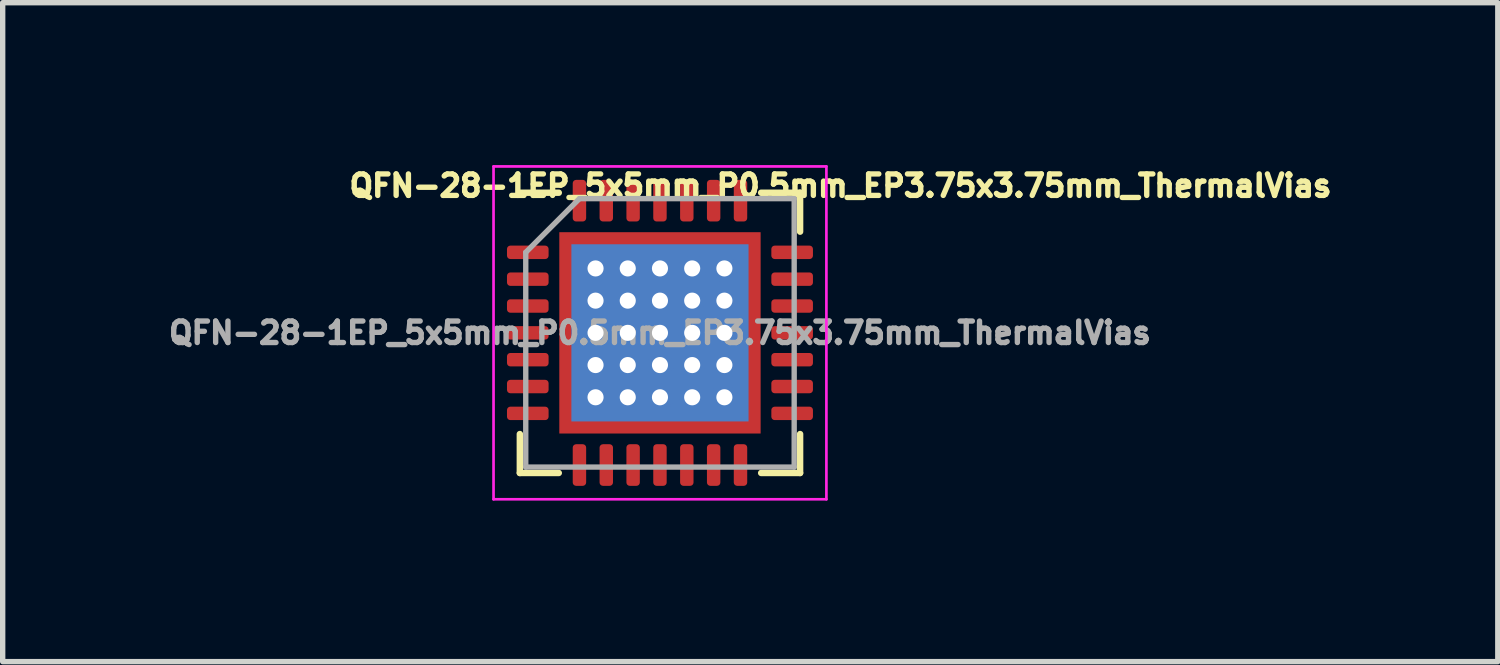
<source format=kicad_pcb>
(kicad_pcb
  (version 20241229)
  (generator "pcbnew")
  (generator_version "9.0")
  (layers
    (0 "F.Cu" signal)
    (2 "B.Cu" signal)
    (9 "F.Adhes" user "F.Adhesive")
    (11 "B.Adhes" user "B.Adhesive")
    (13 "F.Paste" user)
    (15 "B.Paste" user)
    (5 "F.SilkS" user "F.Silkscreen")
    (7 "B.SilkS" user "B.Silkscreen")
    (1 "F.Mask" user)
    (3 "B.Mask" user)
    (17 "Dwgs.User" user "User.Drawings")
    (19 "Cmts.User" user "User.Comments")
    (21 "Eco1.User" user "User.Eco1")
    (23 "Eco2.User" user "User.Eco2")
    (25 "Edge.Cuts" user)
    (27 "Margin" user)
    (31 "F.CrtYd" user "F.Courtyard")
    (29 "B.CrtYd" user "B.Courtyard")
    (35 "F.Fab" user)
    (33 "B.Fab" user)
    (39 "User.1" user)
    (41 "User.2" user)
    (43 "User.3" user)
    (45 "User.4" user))
  (footprint "QFN-28-1EP_5x5mm_P0.5mm_EP3.75x3.75mm_ThermalVias"
    (layer "F.Cu")
    (at 9.243 3.15)
    (property "Reference" "QFN-28-1EP_5x5mm_P0.5mm_EP3.75x3.75mm_ThermalVias" (at 3.362 -2.74 180) (layer "F.SilkS") (effects (font (size 0.4 0.4) (thickness 0.15))))
    (attr smd)
    (fp_line (start -2.61 2.61) (end -2.61 1.885) (stroke (width 0.12) (type solid)) (layer "F.SilkS"))
    (fp_line (start -1.885 -2.61) (end -2.61 -2.61) (stroke (width 0.12) (type solid)) (layer "F.SilkS"))
    (fp_line (start -1.885 2.61) (end -2.61 2.61) (stroke (width 0.12) (type solid)) (layer "F.SilkS"))
    (fp_line (start 1.885 -2.61) (end 2.61 -2.61) (stroke (width 0.12) (type solid)) (layer "F.SilkS"))
    (fp_line (start 1.885 2.61) (end 2.61 2.61) (stroke (width 0.12) (type solid)) (layer "F.SilkS"))
    (fp_line (start 2.61 -2.61) (end 2.61 -1.885) (stroke (width 0.12) (type solid)) (layer "F.SilkS"))
    (fp_line (start 2.61 2.61) (end 2.61 1.885) (stroke (width 0.12) (type solid)) (layer "F.SilkS"))
    (fp_line (start -3.1 -3.1) (end -3.1 3.1) (stroke (width 0.05) (type solid)) (layer "F.CrtYd"))
    (fp_line (start -3.1 3.1) (end 3.1 3.1) (stroke (width 0.05) (type solid)) (layer "F.CrtYd"))
    (fp_line (start 3.1 -3.1) (end -3.1 -3.1) (stroke (width 0.05) (type solid)) (layer "F.CrtYd"))
    (fp_line (start 3.1 3.1) (end 3.1 -3.1) (stroke (width 0.05) (type solid)) (layer "F.CrtYd"))
    (fp_line (start -2.5 -1.5) (end -1.5 -2.5) (stroke (width 0.1) (type solid)) (layer "F.Fab"))
    (fp_line (start -2.5 2.5) (end -2.5 -1.5) (stroke (width 0.1) (type solid)) (layer "F.Fab"))
    (fp_line (start -1.5 -2.5) (end 2.5 -2.5) (stroke (width 0.1) (type solid)) (layer "F.Fab"))
    (fp_line (start 2.5 -2.5) (end 2.5 2.5) (stroke (width 0.1) (type solid)) (layer "F.Fab"))
    (fp_line (start 2.5 2.5) (end -2.5 2.5) (stroke (width 0.1) (type solid)) (layer "F.Fab"))
    (fp_text user "${REFERENCE}" (at 0 0 180) (layer "F.Fab") (effects (font (size 0.4 0.4) (thickness 0.15))))
    (pad "" smd custom (at -1.637 -1.637) (size 0.248 0.248) (layers "F.Paste") (options (anchor circle)) (primitives (gr_poly (pts (xy -0.096 -0.096) (xy 0.096 -0.096) (xy 0.096 -0.039) (xy -0.039 0.096) (xy -0.096 0.096)) (width 0.191) (fill yes))))
    (pad "" smd custom (at -1.637 -1.05) (size 0.263 0.263) (layers "F.Paste") (options (anchor circle)) (primitives (gr_poly (pts (xy -0.096 -0.186) (xy -0.017 -0.186) (xy 0.096 -0.074) (xy 0.096 0.074) (xy -0.017 0.186) (xy -0.096 0.186)) (width 0.191) (fill yes))))
    (pad "" smd custom (at -1.637 -0.35) (size 0.263 0.263) (layers "F.Paste") (options (anchor circle)) (primitives (gr_poly (pts (xy -0.096 -0.186) (xy -0.017 -0.186) (xy 0.096 -0.074) (xy 0.096 0.074) (xy -0.017 0.186) (xy -0.096 0.186)) (width 0.191) (fill yes))))
    (pad "" smd custom (at -1.637 0.35) (size 0.263 0.263) (layers "F.Paste") (options (anchor circle)) (primitives (gr_poly (pts (xy -0.096 -0.186) (xy -0.017 -0.186) (xy 0.096 -0.074) (xy 0.096 0.074) (xy -0.017 0.186) (xy -0.096 0.186)) (width 0.191) (fill yes))))
    (pad "" smd custom (at -1.637 1.05) (size 0.263 0.263) (layers "F.Paste") (options (anchor circle)) (primitives (gr_poly (pts (xy -0.096 -0.186) (xy -0.017 -0.186) (xy 0.096 -0.074) (xy 0.096 0.074) (xy -0.017 0.186) (xy -0.096 0.186)) (width 0.191) (fill yes))))
    (pad "" smd custom (at -1.637 1.637) (size 0.248 0.248) (layers "F.Paste") (options (anchor circle)) (primitives (gr_poly (pts (xy -0.096 -0.096) (xy -0.039 -0.096) (xy 0.096 0.039) (xy 0.096 0.096) (xy -0.096 0.096)) (width 0.191) (fill yes))))
    (pad "" smd custom (at -1.05 -1.637) (size 0.263 0.263) (layers "F.Paste") (options (anchor circle)) (primitives (gr_poly (pts (xy -0.186 -0.096) (xy 0.186 -0.096) (xy 0.186 -0.017) (xy 0.074 0.096) (xy -0.074 0.096) (xy -0.186 -0.017)) (width 0.191) (fill yes))))
    (pad "" smd custom (at -1.05 -1.05) (size 0.46 0.46) (layers "F.Paste") (options (anchor circle)) (primitives (gr_poly (pts (xy -0.178 -0.092) (xy -0.092 -0.178) (xy 0.092 -0.178) (xy 0.178 -0.092) (xy 0.178 0.092) (xy 0.092 0.178) (xy -0.092 0.178) (xy -0.178 0.092)) (width 0.208) (fill yes))))
    (pad "" smd custom (at -1.05 -0.35) (size 0.46 0.46) (layers "F.Paste") (options (anchor circle)) (primitives (gr_poly (pts (xy -0.178 -0.092) (xy -0.092 -0.178) (xy 0.092 -0.178) (xy 0.178 -0.092) (xy 0.178 0.092) (xy 0.092 0.178) (xy -0.092 0.178) (xy -0.178 0.092)) (width 0.208) (fill yes))))
    (pad "" smd custom (at -1.05 0.35) (size 0.46 0.46) (layers "F.Paste") (options (anchor circle)) (primitives (gr_poly (pts (xy -0.178 -0.092) (xy -0.092 -0.178) (xy 0.092 -0.178) (xy 0.178 -0.092) (xy 0.178 0.092) (xy 0.092 0.178) (xy -0.092 0.178) (xy -0.178 0.092)) (width 0.208) (fill yes))))
    (pad "" smd custom (at -1.05 1.05) (size 0.46 0.46) (layers "F.Paste") (options (anchor circle)) (primitives (gr_poly (pts (xy -0.178 -0.092) (xy -0.092 -0.178) (xy 0.092 -0.178) (xy 0.178 -0.092) (xy 0.178 0.092) (xy 0.092 0.178) (xy -0.092 0.178) (xy -0.178 0.092)) (width 0.208) (fill yes))))
    (pad "" smd custom (at -1.05 1.637) (size 0.263 0.263) (layers "F.Paste") (options (anchor circle)) (primitives (gr_poly (pts (xy -0.186 0.017) (xy -0.074 -0.096) (xy 0.074 -0.096) (xy 0.186 0.017) (xy 0.186 0.096) (xy -0.186 0.096)) (width 0.191) (fill yes))))
    (pad "" smd custom (at -0.35 -1.637) (size 0.263 0.263) (layers "F.Paste") (options (anchor circle)) (primitives (gr_poly (pts (xy -0.186 -0.096) (xy 0.186 -0.096) (xy 0.186 -0.017) (xy 0.074 0.096) (xy -0.074 0.096) (xy -0.186 -0.017)) (width 0.191) (fill yes))))
    (pad "" smd custom (at -0.35 -1.05) (size 0.46 0.46) (layers "F.Paste") (options (anchor circle)) (primitives (gr_poly (pts (xy -0.178 -0.092) (xy -0.092 -0.178) (xy 0.092 -0.178) (xy 0.178 -0.092) (xy 0.178 0.092) (xy 0.092 0.178) (xy -0.092 0.178) (xy -0.178 0.092)) (width 0.208) (fill yes))))
    (pad "" smd custom (at -0.35 -0.35) (size 0.46 0.46) (layers "F.Paste") (options (anchor circle)) (primitives (gr_poly (pts (xy -0.178 -0.092) (xy -0.092 -0.178) (xy 0.092 -0.178) (xy 0.178 -0.092) (xy 0.178 0.092) (xy 0.092 0.178) (xy -0.092 0.178) (xy -0.178 0.092)) (width 0.208) (fill yes))))
    (pad "" smd custom (at -0.35 0.35) (size 0.46 0.46) (layers "F.Paste") (options (anchor circle)) (primitives (gr_poly (pts (xy -0.178 -0.092) (xy -0.092 -0.178) (xy 0.092 -0.178) (xy 0.178 -0.092) (xy 0.178 0.092) (xy 0.092 0.178) (xy -0.092 0.178) (xy -0.178 0.092)) (width 0.208) (fill yes))))
    (pad "" smd custom (at -0.35 1.05) (size 0.46 0.46) (layers "F.Paste") (options (anchor circle)) (primitives (gr_poly (pts (xy -0.178 -0.092) (xy -0.092 -0.178) (xy 0.092 -0.178) (xy 0.178 -0.092) (xy 0.178 0.092) (xy 0.092 0.178) (xy -0.092 0.178) (xy -0.178 0.092)) (width 0.208) (fill yes))))
    (pad "" smd custom (at -0.35 1.637) (size 0.263 0.263) (layers "F.Paste") (options (anchor circle)) (primitives (gr_poly (pts (xy -0.186 0.017) (xy -0.074 -0.096) (xy 0.074 -0.096) (xy 0.186 0.017) (xy 0.186 0.096) (xy -0.186 0.096)) (width 0.191) (fill yes))))
    (pad "" smd custom (at 0.35 -1.637) (size 0.263 0.263) (layers "F.Paste") (options (anchor circle)) (primitives (gr_poly (pts (xy -0.186 -0.096) (xy 0.186 -0.096) (xy 0.186 -0.017) (xy 0.074 0.096) (xy -0.074 0.096) (xy -0.186 -0.017)) (width 0.191) (fill yes))))
    (pad "" smd custom (at 0.35 -1.05) (size 0.46 0.46) (layers "F.Paste") (options (anchor circle)) (primitives (gr_poly (pts (xy -0.178 -0.092) (xy -0.092 -0.178) (xy 0.092 -0.178) (xy 0.178 -0.092) (xy 0.178 0.092) (xy 0.092 0.178) (xy -0.092 0.178) (xy -0.178 0.092)) (width 0.208) (fill yes))))
    (pad "" smd custom (at 0.35 -0.35) (size 0.46 0.46) (layers "F.Paste") (options (anchor circle)) (primitives (gr_poly (pts (xy -0.178 -0.092) (xy -0.092 -0.178) (xy 0.092 -0.178) (xy 0.178 -0.092) (xy 0.178 0.092) (xy 0.092 0.178) (xy -0.092 0.178) (xy -0.178 0.092)) (width 0.208) (fill yes))))
    (pad "" smd custom (at 0.35 0.35) (size 0.46 0.46) (layers "F.Paste") (options (anchor circle)) (primitives (gr_poly (pts (xy -0.178 -0.092) (xy -0.092 -0.178) (xy 0.092 -0.178) (xy 0.178 -0.092) (xy 0.178 0.092) (xy 0.092 0.178) (xy -0.092 0.178) (xy -0.178 0.092)) (width 0.208) (fill yes))))
    (pad "" smd custom (at 0.35 1.05) (size 0.46 0.46) (layers "F.Paste") (options (anchor circle)) (primitives (gr_poly (pts (xy -0.178 -0.092) (xy -0.092 -0.178) (xy 0.092 -0.178) (xy 0.178 -0.092) (xy 0.178 0.092) (xy 0.092 0.178) (xy -0.092 0.178) (xy -0.178 0.092)) (width 0.208) (fill yes))))
    (pad "" smd custom (at 0.35 1.637) (size 0.263 0.263) (layers "F.Paste") (options (anchor circle)) (primitives (gr_poly (pts (xy -0.186 0.017) (xy -0.074 -0.096) (xy 0.074 -0.096) (xy 0.186 0.017) (xy 0.186 0.096) (xy -0.186 0.096)) (width 0.191) (fill yes))))
    (pad "" smd custom (at 1.05 -1.637) (size 0.263 0.263) (layers "F.Paste") (options (anchor circle)) (primitives (gr_poly (pts (xy -0.186 -0.096) (xy 0.186 -0.096) (xy 0.186 -0.017) (xy 0.074 0.096) (xy -0.074 0.096) (xy -0.186 -0.017)) (width 0.191) (fill yes))))
    (pad "" smd custom (at 1.05 -1.05) (size 0.46 0.46) (layers "F.Paste") (options (anchor circle)) (primitives (gr_poly (pts (xy -0.178 -0.092) (xy -0.092 -0.178) (xy 0.092 -0.178) (xy 0.178 -0.092) (xy 0.178 0.092) (xy 0.092 0.178) (xy -0.092 0.178) (xy -0.178 0.092)) (width 0.208) (fill yes))))
    (pad "" smd custom (at 1.05 -0.35) (size 0.46 0.46) (layers "F.Paste") (options (anchor circle)) (primitives (gr_poly (pts (xy -0.178 -0.092) (xy -0.092 -0.178) (xy 0.092 -0.178) (xy 0.178 -0.092) (xy 0.178 0.092) (xy 0.092 0.178) (xy -0.092 0.178) (xy -0.178 0.092)) (width 0.208) (fill yes))))
    (pad "" smd custom (at 1.05 0.35) (size 0.46 0.46) (layers "F.Paste") (options (anchor circle)) (primitives (gr_poly (pts (xy -0.178 -0.092) (xy -0.092 -0.178) (xy 0.092 -0.178) (xy 0.178 -0.092) (xy 0.178 0.092) (xy 0.092 0.178) (xy -0.092 0.178) (xy -0.178 0.092)) (width 0.208) (fill yes))))
    (pad "" smd custom (at 1.05 1.05) (size 0.46 0.46) (layers "F.Paste") (options (anchor circle)) (primitives (gr_poly (pts (xy -0.178 -0.092) (xy -0.092 -0.178) (xy 0.092 -0.178) (xy 0.178 -0.092) (xy 0.178 0.092) (xy 0.092 0.178) (xy -0.092 0.178) (xy -0.178 0.092)) (width 0.208) (fill yes))))
    (pad "" smd custom (at 1.05 1.637) (size 0.263 0.263) (layers "F.Paste") (options (anchor circle)) (primitives (gr_poly (pts (xy -0.186 0.017) (xy -0.074 -0.096) (xy 0.074 -0.096) (xy 0.186 0.017) (xy 0.186 0.096) (xy -0.186 0.096)) (width 0.191) (fill yes))))
    (pad "" smd custom (at 1.637 -1.637) (size 0.248 0.248) (layers "F.Paste") (options (anchor circle)) (primitives (gr_poly (pts (xy -0.096 -0.096) (xy 0.096 -0.096) (xy 0.096 0.096) (xy 0.039 0.096) (xy -0.096 -0.039)) (width 0.191) (fill yes))))
    (pad "" smd custom (at 1.637 -1.05) (size 0.263 0.263) (layers "F.Paste") (options (anchor circle)) (primitives (gr_poly (pts (xy -0.096 -0.074) (xy 0.017 -0.186) (xy 0.096 -0.186) (xy 0.096 0.186) (xy 0.017 0.186) (xy -0.096 0.074)) (width 0.191) (fill yes))))
    (pad "" smd custom (at 1.637 -0.35) (size 0.263 0.263) (layers "F.Paste") (options (anchor circle)) (primitives (gr_poly (pts (xy -0.096 -0.074) (xy 0.017 -0.186) (xy 0.096 -0.186) (xy 0.096 0.186) (xy 0.017 0.186) (xy -0.096 0.074)) (width 0.191) (fill yes))))
    (pad "" smd custom (at 1.637 0.35) (size 0.263 0.263) (layers "F.Paste") (options (anchor circle)) (primitives (gr_poly (pts (xy -0.096 -0.074) (xy 0.017 -0.186) (xy 0.096 -0.186) (xy 0.096 0.186) (xy 0.017 0.186) (xy -0.096 0.074)) (width 0.191) (fill yes))))
    (pad "" smd custom (at 1.637 1.05) (size 0.263 0.263) (layers "F.Paste") (options (anchor circle)) (primitives (gr_poly (pts (xy -0.096 -0.074) (xy 0.017 -0.186) (xy 0.096 -0.186) (xy 0.096 0.186) (xy 0.017 0.186) (xy -0.096 0.074)) (width 0.191) (fill yes))))
    (pad "" smd custom (at 1.637 1.637) (size 0.248 0.248) (layers "F.Paste") (options (anchor circle)) (primitives (gr_poly (pts (xy -0.096 0.039) (xy 0.039 -0.096) (xy 0.096 -0.096) (xy 0.096 0.096) (xy -0.096 0.096)) (width 0.191) (fill yes))))
    (pad "1" smd roundrect (at -2.462 -1.5) (size 0.775 0.25) (layers "F.Cu" "F.Mask" "F.Paste") (roundrect_rratio 0.25))
    (pad "2" smd roundrect (at -2.462 -1) (size 0.775 0.25) (layers "F.Cu" "F.Mask" "F.Paste") (roundrect_rratio 0.25))
    (pad "3" smd roundrect (at -2.462 -0.5) (size 0.775 0.25) (layers "F.Cu" "F.Mask" "F.Paste") (roundrect_rratio 0.25))
    (pad "4" smd roundrect (at -2.462 0) (size 0.775 0.25) (layers "F.Cu" "F.Mask" "F.Paste") (roundrect_rratio 0.25))
    (pad "5" smd roundrect (at -2.462 0.5) (size 0.775 0.25) (layers "F.Cu" "F.Mask" "F.Paste") (roundrect_rratio 0.25))
    (pad "6" smd roundrect (at -2.462 1) (size 0.775 0.25) (layers "F.Cu" "F.Mask" "F.Paste") (roundrect_rratio 0.25))
    (pad "7" smd roundrect (at -2.462 1.5) (size 0.775 0.25) (layers "F.Cu" "F.Mask" "F.Paste") (roundrect_rratio 0.25))
    (pad "8" smd roundrect (at -1.5 2.462) (size 0.25 0.775) (layers "F.Cu" "F.Mask" "F.Paste") (roundrect_rratio 0.25))
    (pad "9" smd roundrect (at -1 2.462) (size 0.25 0.775) (layers "F.Cu" "F.Mask" "F.Paste") (roundrect_rratio 0.25))
    (pad "10" smd roundrect (at -0.5 2.462) (size 0.25 0.775) (layers "F.Cu" "F.Mask" "F.Paste") (roundrect_rratio 0.25))
    (pad "11" smd roundrect (at 0 2.462) (size 0.25 0.775) (layers "F.Cu" "F.Mask" "F.Paste") (roundrect_rratio 0.25))
    (pad "12" smd roundrect (at 0.5 2.462) (size 0.25 0.775) (layers "F.Cu" "F.Mask" "F.Paste") (roundrect_rratio 0.25))
    (pad "13" smd roundrect (at 1 2.462) (size 0.25 0.775) (layers "F.Cu" "F.Mask" "F.Paste") (roundrect_rratio 0.25))
    (pad "14" smd roundrect (at 1.5 2.462) (size 0.25 0.775) (layers "F.Cu" "F.Mask" "F.Paste") (roundrect_rratio 0.25))
    (pad "15" smd roundrect (at 2.462 1.5) (size 0.775 0.25) (layers "F.Cu" "F.Mask" "F.Paste") (roundrect_rratio 0.25))
    (pad "16" smd roundrect (at 2.462 1) (size 0.775 0.25) (layers "F.Cu" "F.Mask" "F.Paste") (roundrect_rratio 0.25))
    (pad "17" smd roundrect (at 2.462 0.5) (size 0.775 0.25) (layers "F.Cu" "F.Mask" "F.Paste") (roundrect_rratio 0.25))
    (pad "18" smd roundrect (at 2.462 0) (size 0.775 0.25) (layers "F.Cu" "F.Mask" "F.Paste") (roundrect_rratio 0.25))
    (pad "19" smd roundrect (at 2.462 -0.5) (size 0.775 0.25) (layers "F.Cu" "F.Mask" "F.Paste") (roundrect_rratio 0.25))
    (pad "20" smd roundrect (at 2.462 -1) (size 0.775 0.25) (layers "F.Cu" "F.Mask" "F.Paste") (roundrect_rratio 0.25))
    (pad "21" smd roundrect (at 2.462 -1.5) (size 0.775 0.25) (layers "F.Cu" "F.Mask" "F.Paste") (roundrect_rratio 0.25))
    (pad "22" smd roundrect (at 1.5 -2.462) (size 0.25 0.775) (layers "F.Cu" "F.Mask" "F.Paste") (roundrect_rratio 0.25))
    (pad "23" smd roundrect (at 1 -2.462) (size 0.25 0.775) (layers "F.Cu" "F.Mask" "F.Paste") (roundrect_rratio 0.25))
    (pad "24" smd roundrect (at 0.5 -2.462) (size 0.25 0.775) (layers "F.Cu" "F.Mask" "F.Paste") (roundrect_rratio 0.25))
    (pad "25" smd roundrect (at 0 -2.462) (size 0.25 0.775) (layers "F.Cu" "F.Mask" "F.Paste") (roundrect_rratio 0.25))
    (pad "26" smd roundrect (at -0.5 -2.462) (size 0.25 0.775) (layers "F.Cu" "F.Mask" "F.Paste") (roundrect_rratio 0.25))
    (pad "27" smd roundrect (at -1 -2.462) (size 0.25 0.775) (layers "F.Cu" "F.Mask" "F.Paste") (roundrect_rratio 0.25))
    (pad "28" smd roundrect (at -1.5 -2.462) (size 0.25 0.775) (layers "F.Cu" "F.Mask" "F.Paste") (roundrect_rratio 0.25))
    (pad "29" thru_hole circle (at -1.2 -1.2) (size 0.5 0.5) (drill 0.3) (layers "*.Cu"))
    (pad "29" thru_hole circle (at -1.2 -0.6) (size 0.5 0.5) (drill 0.3) (layers "*.Cu"))
    (pad "29" thru_hole circle (at -1.2 0) (size 0.5 0.5) (drill 0.3) (layers "*.Cu"))
    (pad "29" thru_hole circle (at -1.2 0.6) (size 0.5 0.5) (drill 0.3) (layers "*.Cu"))
    (pad "29" thru_hole circle (at -1.2 1.2) (size 0.5 0.5) (drill 0.3) (layers "*.Cu"))
    (pad "29" thru_hole circle (at -0.6 -1.2) (size 0.5 0.5) (drill 0.3) (layers "*.Cu"))
    (pad "29" thru_hole circle (at -0.6 -0.6) (size 0.5 0.5) (drill 0.3) (layers "*.Cu"))
    (pad "29" thru_hole circle (at -0.6 0) (size 0.5 0.5) (drill 0.3) (layers "*.Cu"))
    (pad "29" thru_hole circle (at -0.6 0.6) (size 0.5 0.5) (drill 0.3) (layers "*.Cu"))
    (pad "29" thru_hole circle (at -0.6 1.2) (size 0.5 0.5) (drill 0.3) (layers "*.Cu"))
    (pad "29" thru_hole circle (at 0 -1.2) (size 0.5 0.5) (drill 0.3) (layers "*.Cu"))
    (pad "29" thru_hole circle (at 0 -0.6) (size 0.5 0.5) (drill 0.3) (layers "*.Cu"))
    (pad "29" thru_hole circle (at 0 0) (size 0.5 0.5) (drill 0.3) (layers "*.Cu"))
    (pad "29" smd rect (at 0 0) (size 3.3 3.3) (layers "B.Cu"))
    (pad "29" smd rect (at 0 0) (size 3.75 3.75) (layers "F.Cu" "F.Mask"))
    (pad "29" thru_hole circle (at 0 0.6) (size 0.5 0.5) (drill 0.3) (layers "*.Cu"))
    (pad "29" thru_hole circle (at 0 1.2) (size 0.5 0.5) (drill 0.3) (layers "*.Cu"))
    (pad "29" thru_hole circle (at 0.6 -1.2) (size 0.5 0.5) (drill 0.3) (layers "*.Cu"))
    (pad "29" thru_hole circle (at 0.6 -0.6) (size 0.5 0.5) (drill 0.3) (layers "*.Cu"))
    (pad "29" thru_hole circle (at 0.6 0) (size 0.5 0.5) (drill 0.3) (layers "*.Cu"))
    (pad "29" thru_hole circle (at 0.6 0.6) (size 0.5 0.5) (drill 0.3) (layers "*.Cu"))
    (pad "29" thru_hole circle (at 0.6 1.2) (size 0.5 0.5) (drill 0.3) (layers "*.Cu"))
    (pad "29" thru_hole circle (at 1.2 -1.2) (size 0.5 0.5) (drill 0.3) (layers "*.Cu"))
    (pad "29" thru_hole circle (at 1.2 -0.6) (size 0.5 0.5) (drill 0.3) (layers "*.Cu"))
    (pad "29" thru_hole circle (at 1.2 0) (size 0.5 0.5) (drill 0.3) (layers "*.Cu"))
    (pad "29" thru_hole circle (at 1.2 0.6) (size 0.5 0.5) (drill 0.3) (layers "*.Cu"))
    (pad "29" thru_hole circle (at 1.2 1.2) (size 0.5 0.5) (drill 0.3) (layers "*.Cu")))
  (gr_rect
    (start -3 -3)
    (end 24.849 9.274)
    (stroke (width 0.1) (type default))
    (fill no)
    (layer "Edge.Cuts")))
</source>
